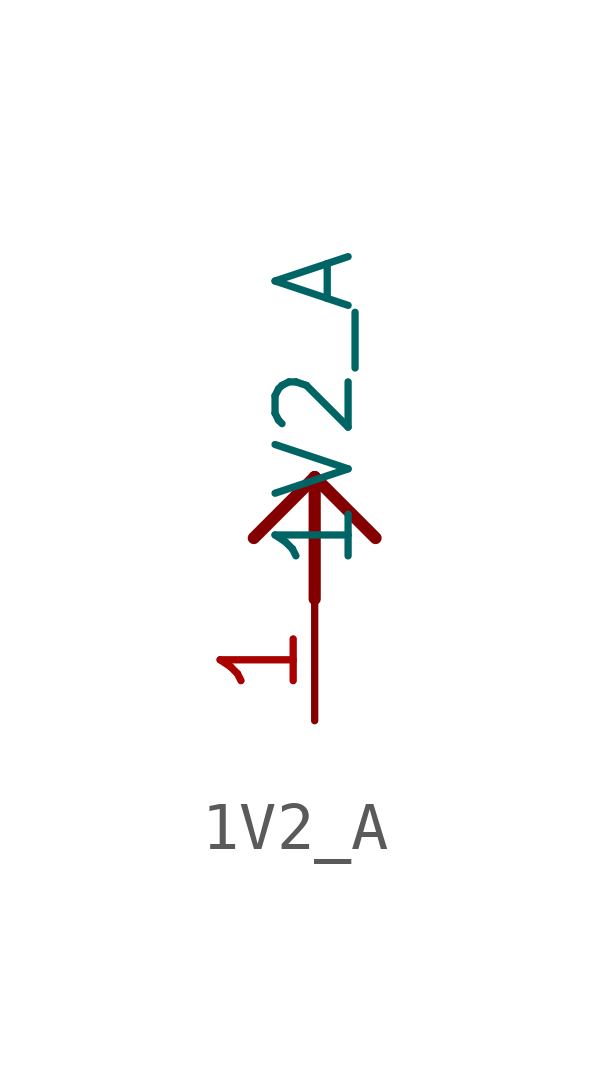
<source format=kicad_sym>
(kicad_symbol_lib
  (version 20241209)
  (generator "kicad_symbol_editor")
  (generator_version "9.0")
  (symbol "1V2_A"
    (power)
    (property "Reference" ""
      (at 0 0 0)
      (effects (font (size 1.27 1.27)) (hide yes)))
    (property "ki_locked" ""
      (at 0 0 0)
      (effects (font (size 1.27 1.27))))
    (symbol "1V2_A_1_0"
      (polyline (pts (xy 0 0) (xy -1.27 -1.27)) (stroke (width 0.254) (type solid)) (fill (type none)))
      (polyline (pts (xy 0 0) (xy 0 -2.54)) (stroke (width 0.254) (type solid)) (fill (type none)))
      (polyline (pts (xy 0 0) (xy 1.27 -1.27)) (stroke (width 0.254) (type solid)) (fill (type none)))
      (pin power_in line (at 0 -5.08 90) (length 2.54) (name "1V2_A" (effects (font (size 1.524 1.524)))) (number "1" (effects (font (size 1.524 1.524))))))))
</source>
